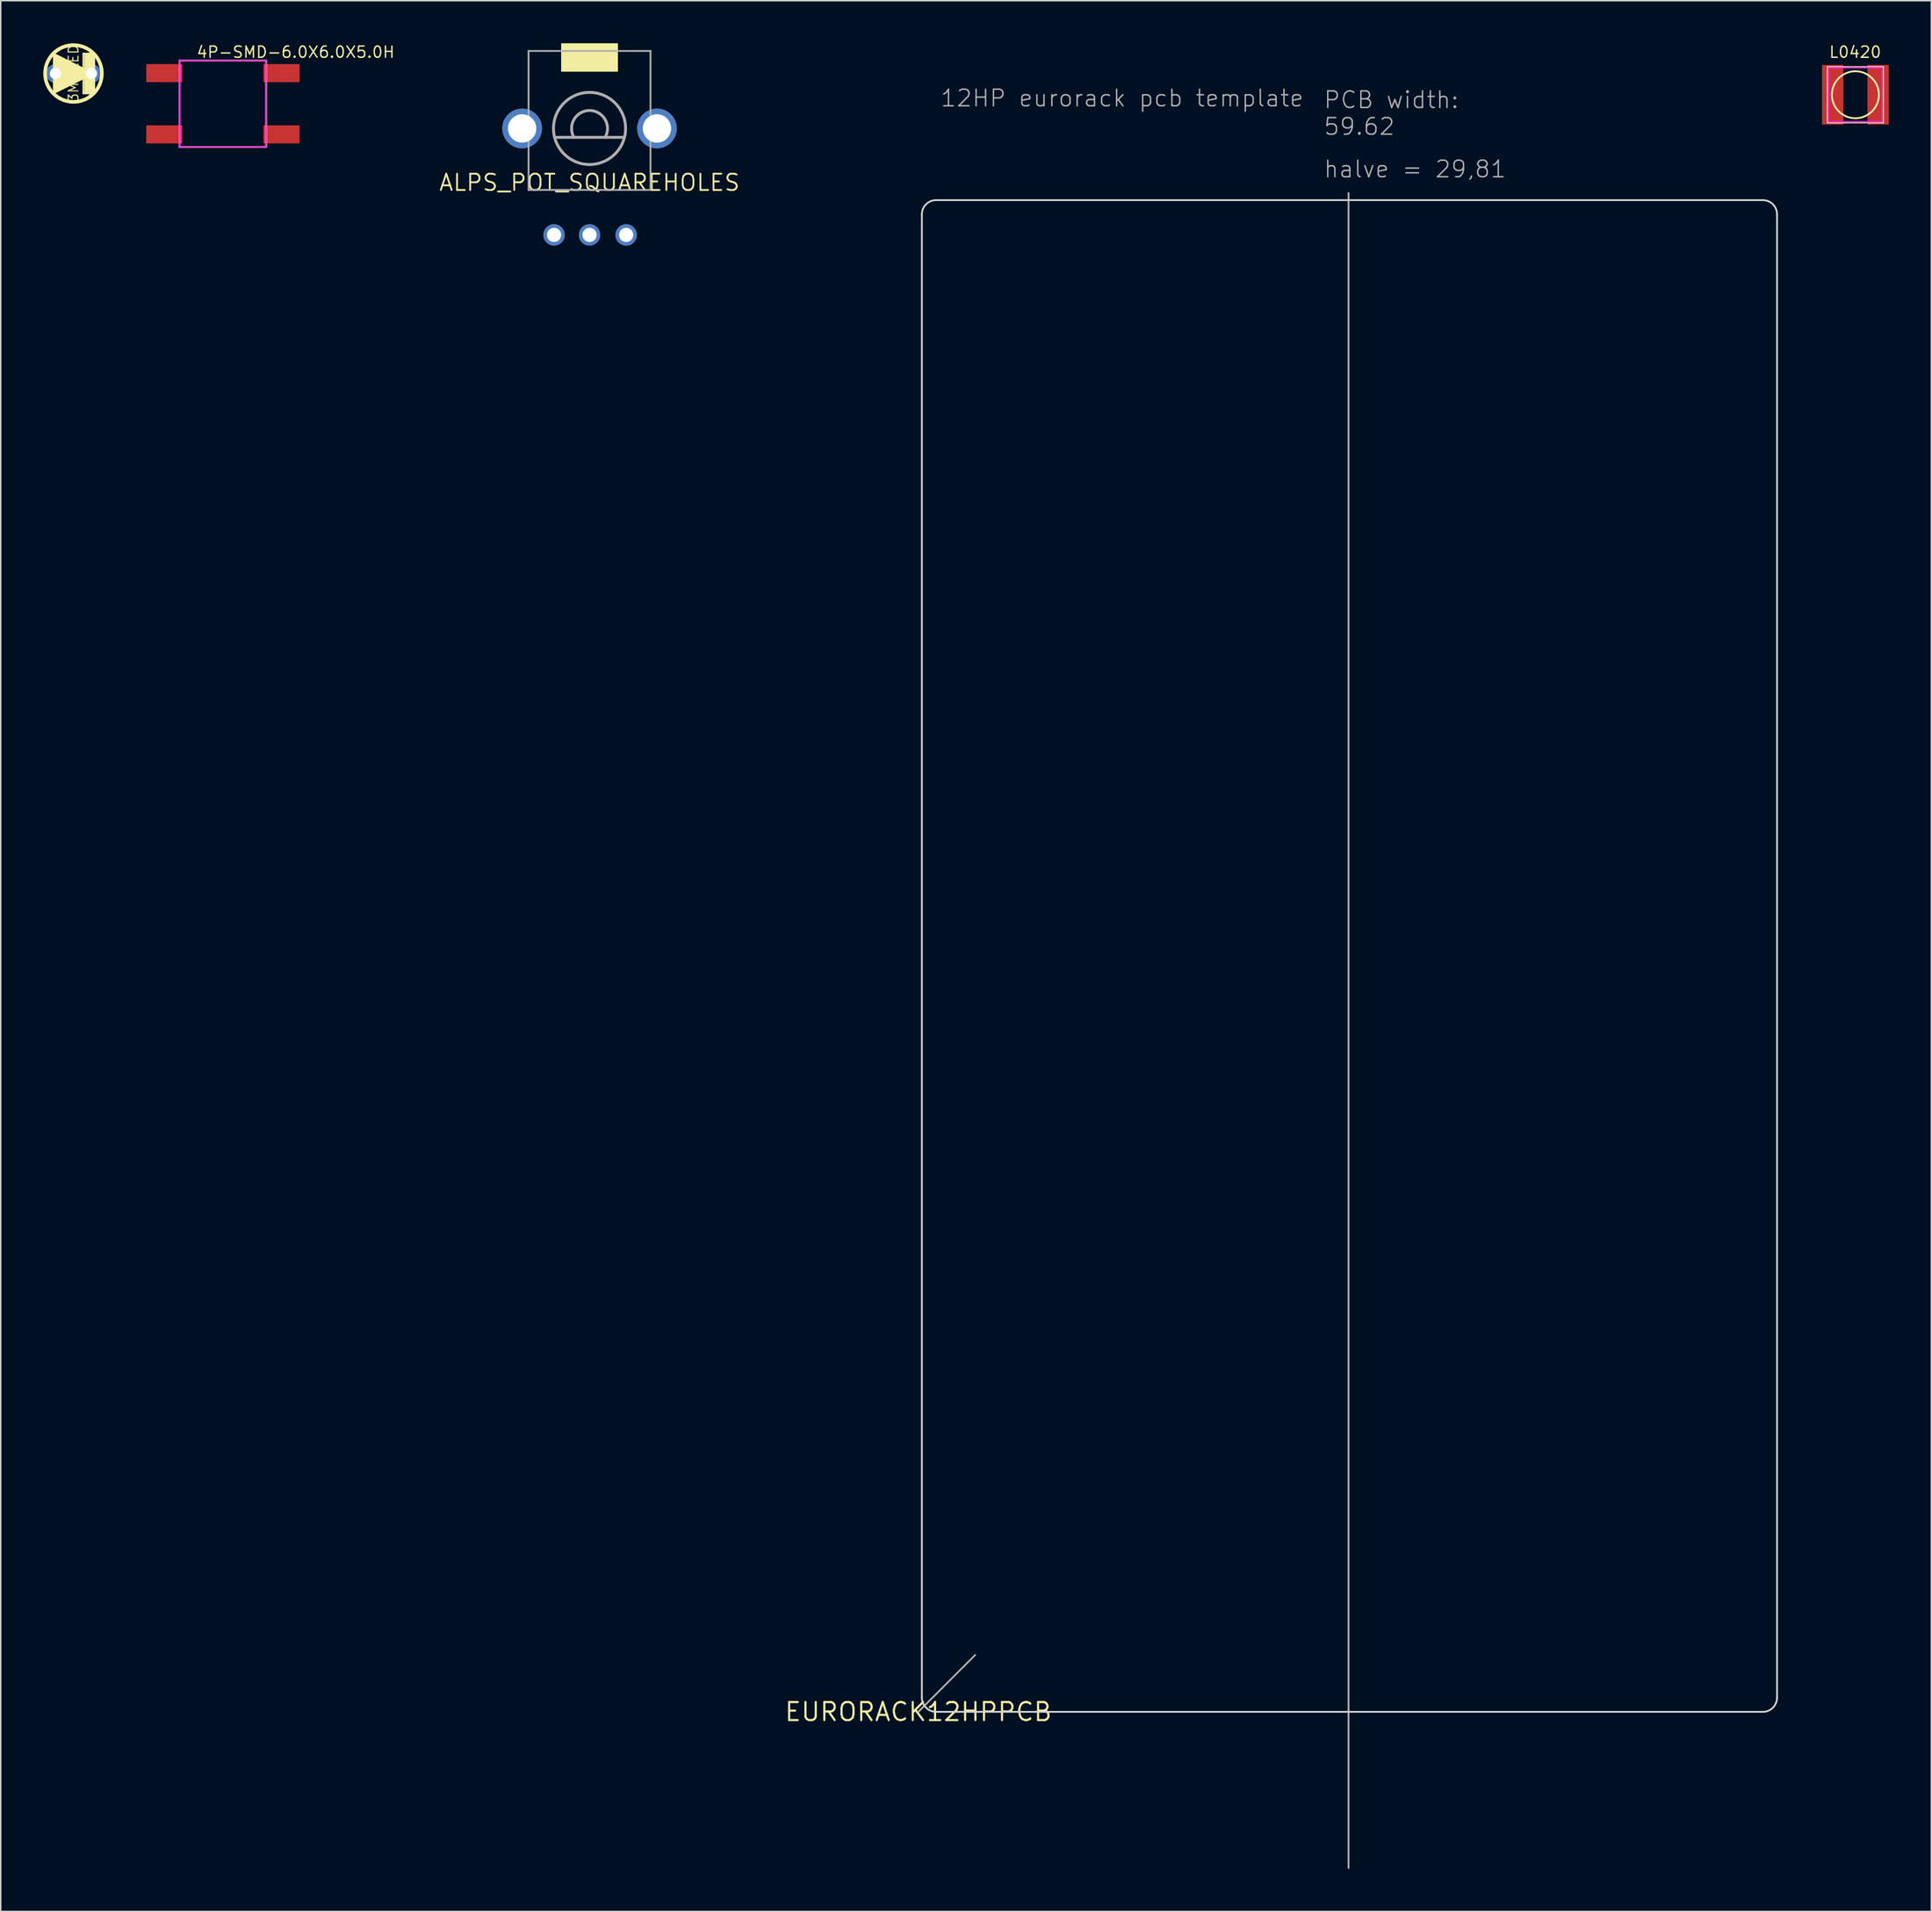
<source format=kicad_pcb>
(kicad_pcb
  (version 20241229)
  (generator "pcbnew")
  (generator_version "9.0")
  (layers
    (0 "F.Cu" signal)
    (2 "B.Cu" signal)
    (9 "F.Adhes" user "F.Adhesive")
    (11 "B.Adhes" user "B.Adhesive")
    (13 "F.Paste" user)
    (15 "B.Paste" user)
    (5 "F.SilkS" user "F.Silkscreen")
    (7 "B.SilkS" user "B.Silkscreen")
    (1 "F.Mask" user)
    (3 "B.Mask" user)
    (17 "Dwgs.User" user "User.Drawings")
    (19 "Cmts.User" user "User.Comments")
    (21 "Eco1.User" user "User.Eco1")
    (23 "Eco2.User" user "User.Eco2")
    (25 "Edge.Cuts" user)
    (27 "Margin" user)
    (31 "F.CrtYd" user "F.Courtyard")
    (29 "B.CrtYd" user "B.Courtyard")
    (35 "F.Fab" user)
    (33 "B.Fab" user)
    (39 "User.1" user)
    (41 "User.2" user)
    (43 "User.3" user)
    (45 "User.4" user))
  (footprint "L0420"
    (layer "F.Cu")
    (at 127.671 3.625)
    (property "Reference" "L0420" (at -1.905 -2.54 0) (layer "F.SilkS") (effects (font (size 0.791 0.791) (thickness 0.098)) (justify left bottom)))
    (fp_line (start -1.95 -1.95) (end 1.95 -1.95) (stroke (width 0.127) (type solid)) (layer "F.SilkS"))
    (fp_line (start -1.95 1.95) (end -1.95 -1.95) (stroke (width 0.127) (type solid)) (layer "F.SilkS"))
    (fp_line (start 1.95 -1.95) (end 1.95 1.95) (stroke (width 0.127) (type solid)) (layer "F.SilkS"))
    (fp_line (start 1.95 1.95) (end -1.95 1.95) (stroke (width 0.127) (type solid)) (layer "F.SilkS"))
    (fp_circle (center 0 0) (end 1.656 0) (stroke (width 0.127) (type solid)) (fill no) (layer "F.SilkS"))
    (fp_poly (pts (xy -1.905 1.905) (xy 1.905 1.905) (xy 1.905 -1.905) (xy -1.905 -1.905)) (stroke (width 0.1) (type solid)) (fill no) (layer "F.CrtYd"))
    (pad "1" smd rect (at -1.6 0 90) (size 4.2 1.5) (layers "F.Cu" "F.Mask" "F.Paste"))
    (pad "2" smd rect (at 1.6 0 90) (size 4.2 1.5) (layers "F.Cu" "F.Mask" "F.Paste")))
  (footprint "3MMLED"
    (layer "F.Cu")
    (at 2.127 2.127)
    (property "Reference" "3MMLED" (at 0 0 270) (layer "F.SilkS") (effects (font (size 0.686 0.686) (thickness 0.076))))
    (attr through_hole)
    (fp_line (start 0.699 -1.401) (end 0.699 1.401) (stroke (width 0.127) (type solid)) (layer "F.SilkS"))
    (fp_line (start 0.699 1.401) (end 1.323 1.401) (stroke (width 0.127) (type solid)) (layer "F.SilkS"))
    (fp_line (start 1.27 -1.27) (end 1.27 1.27) (stroke (width 0.508) (type solid)) (layer "F.SilkS"))
    (fp_line (start 1.323 -1.401) (end 0.699 -1.401) (stroke (width 0.127) (type solid)) (layer "F.SilkS"))
    (fp_line (start 1.323 1.401) (end 1.323 -1.401) (stroke (width 0.127) (type solid)) (layer "F.SilkS"))
    (fp_circle (center 0 0) (end 2 0) (stroke (width 0.254) (type solid)) (fill no) (layer "F.SilkS"))
    (fp_poly (pts (xy 1.517 0) (xy -1.446 1.478) (xy -1.446 -1.478)) (stroke (width 0) (type solid)) (fill yes) (layer "F.SilkS"))
    (fp_poly (pts (xy 0.762 1.397) (xy 1.27 1.397) (xy 1.27 -1.397) (xy 0.762 -1.397)) (stroke (width 0) (type solid)) (fill yes) (layer "F.SilkS"))
    (fp_circle (center 0 0) (end 1.525 0) (stroke (width 0.01) (type solid)) (fill no) (layer "User.3"))
    (pad "1" thru_hole circle (at 1.27 0) (size 1.308 1.308) (drill 0.8) (layers "*.Cu" "*.Mask"))
    (pad "2" thru_hole circle (at -1.27 0) (size 1.308 1.308) (drill 0.8) (layers "*.Cu" "*.Mask")))
  (footprint "EURORACK12HPPCB"
    (layer "F.Cu")
    (at 61.651 117.55)
    (property "Reference" "EURORACK12HPPCB" (at 0 0 0) (layer "F.SilkS") (effects (font (size 1.27 1.27) (thickness 0.15))))
    (fp_line (start 0.25 -105.5) (end 0.25 -1) (stroke (width 0.127) (type solid)) (layer "Edge.Cuts"))
    (fp_line (start 1.25 0) (end 59.5 0) (stroke (width 0.127) (type solid)) (layer "Edge.Cuts"))
    (fp_line (start 59.5 -106.5) (end 1.25 -106.5) (stroke (width 0.127) (type solid)) (layer "Edge.Cuts"))
    (fp_line (start 60.5 -1) (end 60.5 -105.5) (stroke (width 0.127) (type solid)) (layer "Edge.Cuts"))
    (fp_arc (start 0.25 -105.5) (mid 0.542893 -106.207107) (end 1.25 -106.5) (stroke (width 0.127) (type solid)) (layer "Edge.Cuts"))
    (fp_arc (start 1.25 0) (mid 0.542893 -0.292893) (end 0.25 -1) (stroke (width 0.127) (type solid)) (layer "Edge.Cuts"))
    (fp_arc (start 59.5 -106.5) (mid 60.207107 -106.207107) (end 60.5 -105.5) (stroke (width 0.127) (type solid)) (layer "Edge.Cuts"))
    (fp_arc (start 60.5 -1) (mid 60.207107 -0.292893) (end 59.5 0) (stroke (width 0.127) (type solid)) (layer "Edge.Cuts"))
    (fp_line (start 0 0) (end 4 -4) (stroke (width 0.127) (type solid)) (layer "F.Fab"))
    (fp_line (start 30.31 -107) (end 30.31 11) (stroke (width 0.127) (type solid)) (layer "F.Fab"))
    (fp_line (start 0 -117.5) (end 0 11) (stroke (width 0.1) (type solid)) (layer "User.3"))
    (fp_line (start 0 11) (end 60.62 11) (stroke (width 0.1) (type solid)) (layer "User.3"))
    (fp_line (start 60.62 -117.5) (end 0 -117.5) (stroke (width 0.1) (type solid)) (layer "User.3"))
    (fp_line (start 60.62 11) (end 60.62 -117.5) (stroke (width 0.1) (type solid)) (layer "User.3"))
    (fp_circle (center 7.5 -114.5) (end 9.1 -114.5) (stroke (width 0.025) (type solid)) (fill no) (layer "User.3"))
    (fp_circle (center 7.5 8) (end 9.1 8) (stroke (width 0.025) (type solid)) (fill no) (layer "User.3"))
    (fp_circle (center 53.22 -114.5) (end 54.82 -114.5) (stroke (width 0.025) (type solid)) (fill no) (layer "User.3"))
    (fp_circle (center 53.22 8) (end 54.82 8) (stroke (width 0.025) (type solid)) (fill no) (layer "User.3"))
    (fp_text user "halve = 29,81" (at 28.5 -108 0) (layer "F.Fab") (effects (font (size 1.168 1.168) (thickness 0.102)) (justify left bottom)))
    (fp_text user "PCB width: \n59.62" (at 28.5 -111 0) (layer "F.Fab") (effects (font (size 1.168 1.168) (thickness 0.102)) (justify left bottom)))
    (fp_text user "12HP eurorack pcb template" (at 1.5 -113 0) (layer "F.Fab") (effects (font (size 1.168 1.168) (thickness 0.102)) (justify left bottom))))
  (footprint "4P-SMD-6.0X6.0X5.0H"
    (layer "F.Cu")
    (at 12.653 4.26)
    (property "Reference" "4P-SMD-6.0X6.0X5.0H" (at -1.905 -3.175 0) (layer "F.SilkS") (effects (font (size 0.791 0.791) (thickness 0.098)) (justify left bottom)))
    (fp_line (start -3.048 -3.048) (end 3.048 -3.048) (stroke (width 0.127) (type solid)) (layer "F.SilkS"))
    (fp_line (start -3.048 3.048) (end -3.048 -3.048) (stroke (width 0.127) (type solid)) (layer "F.SilkS"))
    (fp_line (start 3.048 -3.048) (end 3.048 3.048) (stroke (width 0.127) (type solid)) (layer "F.SilkS"))
    (fp_line (start 3.048 3.048) (end -3.048 3.048) (stroke (width 0.127) (type solid)) (layer "F.SilkS"))
    (fp_poly (pts (xy -3.048 3.048) (xy 3.048 3.048) (xy 3.048 -3.048) (xy -3.048 -3.048)) (stroke (width 0.1) (type solid)) (fill no) (layer "F.CrtYd"))
    (pad "0A" smd rect (at -4.129 -2.159) (size 2.54 1.27) (layers "F.Cu" "F.Mask" "F.Paste"))
    (pad "0B" smd rect (at 4.129 -2.159) (size 2.54 1.27) (layers "F.Cu" "F.Mask" "F.Paste"))
    (pad "1A" smd rect (at -4.129 2.159) (size 2.54 1.27) (layers "F.Cu" "F.Mask" "F.Paste"))
    (pad "1B" smd rect (at 4.129 2.159) (size 2.54 1.27) (layers "F.Cu" "F.Mask" "F.Paste")))
  (footprint "ALPS_POT_SQUAREHOLES"
    (layer "F.Cu")
    (at 38.486 6)
    (property "Reference" "ALPS_POT_SQUAREHOLES" (at 0 3.81 0) (layer "F.SilkS") (effects (font (size 1.143 1.143) (thickness 0.127))))
    (attr through_hole)
    (fp_poly (pts (xy -2 -4) (xy 2 -4) (xy 2 -6) (xy -2 -6)) (stroke (width 0) (type solid)) (fill yes) (layer "F.SilkS"))
    (fp_line (start -4.295 -5.46) (end 4.295 -5.46) (stroke (width 0.127) (type solid)) (layer "F.Fab"))
    (fp_line (start -4.295 4.33) (end -4.295 -5.46) (stroke (width 0.127) (type solid)) (layer "F.Fab"))
    (fp_line (start 2.45 0.625) (end -2.425 0.625) (stroke (width 0.203) (type solid)) (layer "F.Fab"))
    (fp_line (start 4.295 -5.46) (end 4.295 4.33) (stroke (width 0.127) (type solid)) (layer "F.Fab"))
    (fp_line (start 4.295 4.33) (end -4.295 4.33) (stroke (width 0.127) (type solid)) (layer "F.Fab"))
    (fp_arc (start -1.1 0.625) (mid 0 -1.265158) (end 1.1 0.625) (stroke (width 0.2032) (type solid)) (layer "F.Fab"))
    (fp_circle (center 0 0) (end 2.54 0) (stroke (width 0.203) (type solid)) (fill no) (layer "F.Fab"))
    (pad "P$1" thru_hole circle (at -2.5 7.5 90) (size 1.508 1.508) (drill 1) (layers "*.Cu" "*.Mask"))
    (pad "P$2" thru_hole circle (at 0 7.5 90) (size 1.508 1.508) (drill 1) (layers "*.Cu" "*.Mask"))
    (pad "P$3" thru_hole circle (at 2.58 7.5 90) (size 1.508 1.508) (drill 1) (layers "*.Cu" "*.Mask"))
    (pad "P$4" thru_hole circle (at -4.75 0) (size 2.8 2.8) (drill 2) (layers "*.Cu" "*.Mask"))
    (pad "P$5" thru_hole circle (at 4.75 0) (size 2.8 2.8) (drill 2) (layers "*.Cu" "*.Mask"))
    (zone (net_name "") (layer "F.Cu") (hatch edge 0.508) (connect_pads) (min_thickness 0.254) (filled_areas_thickness no) (keepout (tracks not_allowed) (vias not_allowed) (pads not_allowed) (copperpour not_allowed) (footprints allowed)) (placement (enabled no)) (fill) (polygon (pts (xy 36.486 2) (xy 40.486 2) (xy 40.486 0) (xy 36.486 0)))))
  (gr_rect
    (start -3 -3)
    (end 133.021 131.613)
    (stroke (width 0.1) (type default))
    (fill no)
    (layer "Edge.Cuts")))
</source>
